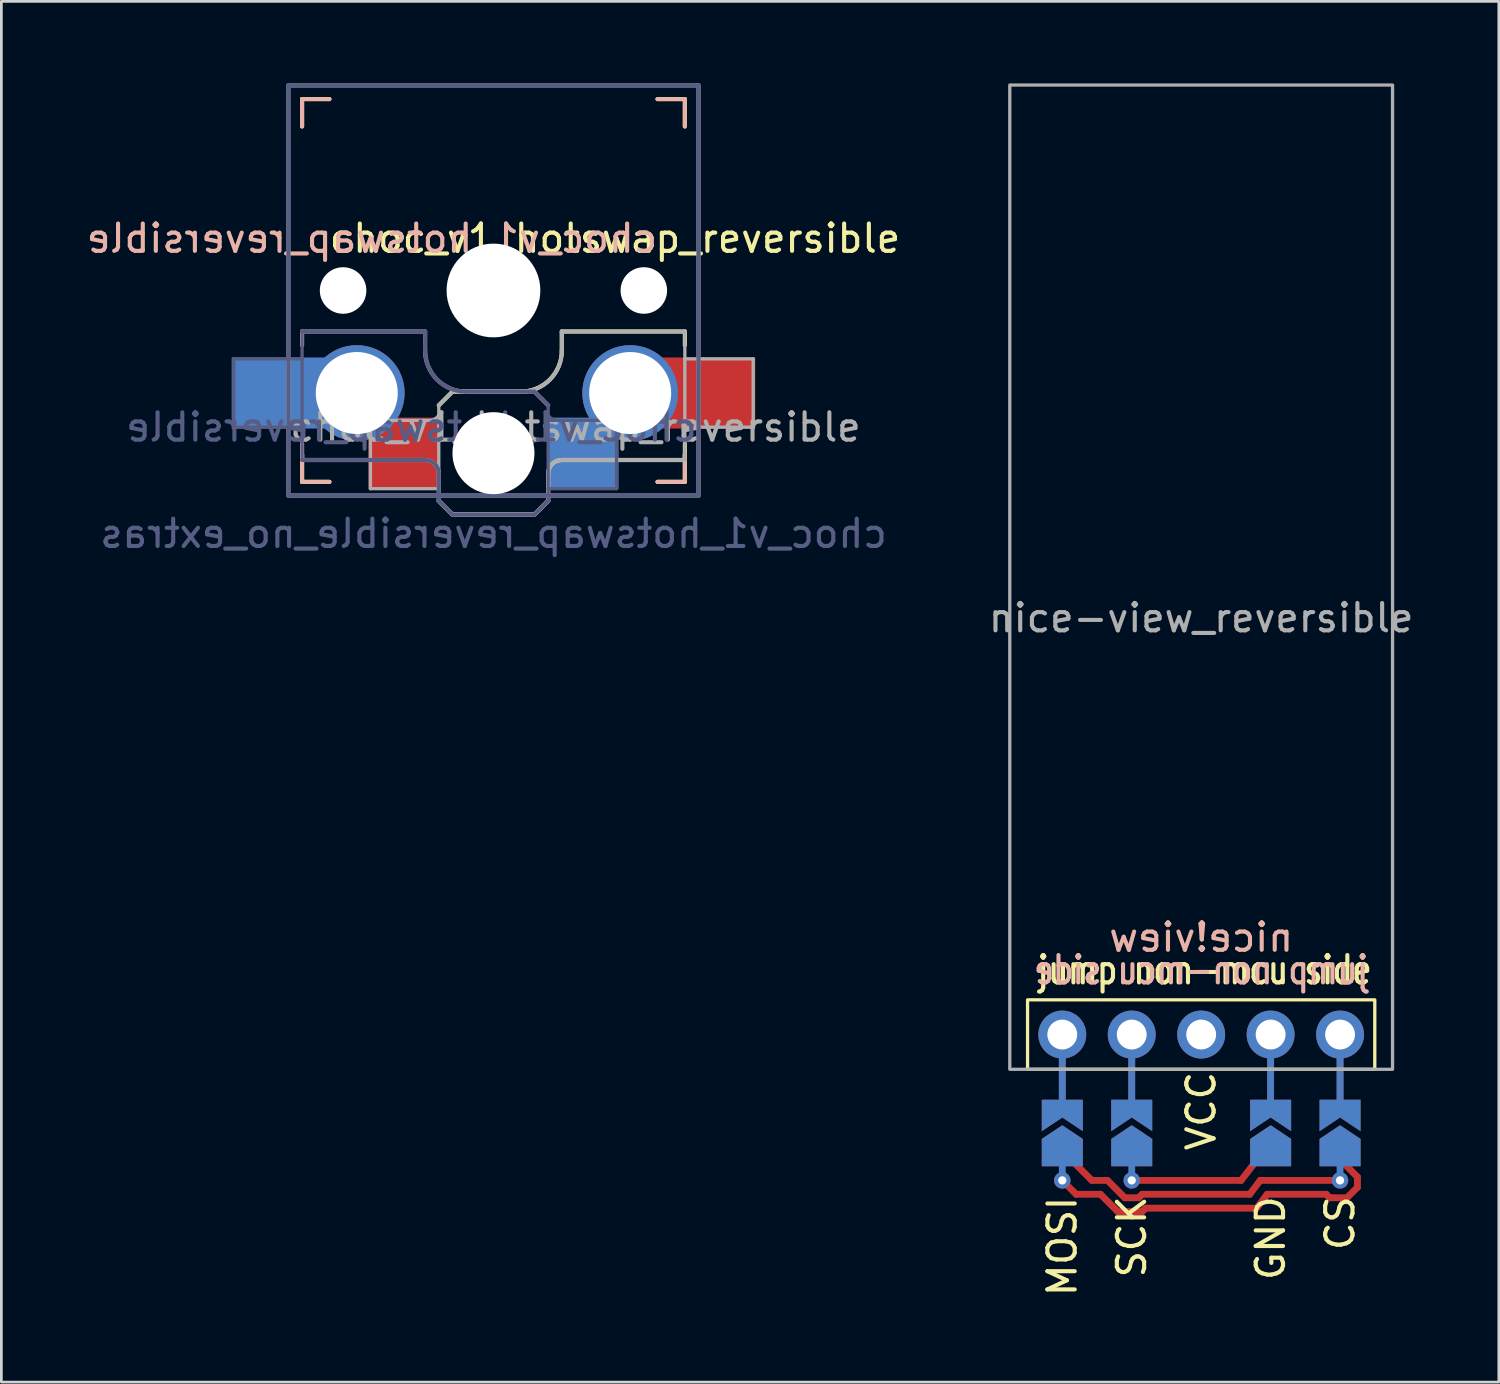
<source format=kicad_pcb>
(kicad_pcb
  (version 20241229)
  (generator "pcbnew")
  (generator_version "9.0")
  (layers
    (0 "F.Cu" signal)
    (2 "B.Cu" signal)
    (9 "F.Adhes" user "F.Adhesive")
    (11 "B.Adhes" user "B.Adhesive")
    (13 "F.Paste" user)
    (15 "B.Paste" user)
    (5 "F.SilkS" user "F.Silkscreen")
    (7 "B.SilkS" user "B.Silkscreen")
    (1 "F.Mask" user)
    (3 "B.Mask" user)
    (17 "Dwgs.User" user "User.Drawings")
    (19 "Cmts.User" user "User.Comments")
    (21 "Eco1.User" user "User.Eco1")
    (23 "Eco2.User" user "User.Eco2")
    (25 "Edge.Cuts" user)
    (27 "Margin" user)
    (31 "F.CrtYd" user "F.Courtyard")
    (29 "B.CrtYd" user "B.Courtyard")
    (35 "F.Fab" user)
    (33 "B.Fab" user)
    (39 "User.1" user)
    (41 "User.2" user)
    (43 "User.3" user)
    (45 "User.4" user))
  (footprint "choc_v1_hotswap_reversible"
    (layer "F.Cu")
    (at 14.999 7.575)
    (property "Reference" "choc_v1_hotswap_reversible" (at 4.445 -1.905 0) (layer "F.SilkS") (effects (font (size 1 1) (thickness 0.15))))
    (property "Value" "choc_v1_hotswap_reversible_no_extras" (at 0 8.89 0) (layer "F.Fab") (hide yes) (effects (font (size 1 1) (thickness 0.15))))
    (attr smd)
    (fp_line (start -7 -7) (end -6 -7) (stroke (width 0.15) (type solid)) (layer "F.SilkS"))
    (fp_line (start -7 -6) (end -7 -7) (stroke (width 0.15) (type solid)) (layer "F.SilkS"))
    (fp_line (start -7 7) (end -7 6) (stroke (width 0.15) (type solid)) (layer "F.SilkS"))
    (fp_line (start -6 7) (end -7 7) (stroke (width 0.15) (type solid)) (layer "F.SilkS"))
    (fp_line (start -2 4.2) (end -1.5 3.7) (stroke (width 0.15) (type solid)) (layer "F.SilkS"))
    (fp_line (start -2 7.7) (end -1.5 8.2) (stroke (width 0.15) (type solid)) (layer "F.SilkS"))
    (fp_line (start -1.5 3.7) (end 1 3.7) (stroke (width 0.15) (type solid)) (layer "F.SilkS"))
    (fp_line (start -1.5 8.2) (end 1.5 8.2) (stroke (width 0.15) (type solid)) (layer "F.SilkS"))
    (fp_line (start 1.5 8.2) (end 2 7.7) (stroke (width 0.15) (type solid)) (layer "F.SilkS"))
    (fp_line (start 2 6.7) (end 2 7.7) (stroke (width 0.15) (type solid)) (layer "F.SilkS"))
    (fp_line (start 2.5 1.5) (end 7 1.5) (stroke (width 0.15) (type solid)) (layer "F.SilkS"))
    (fp_line (start 2.5 2.2) (end 2.5 1.5) (stroke (width 0.15) (type solid)) (layer "F.SilkS"))
    (fp_line (start 6 -7) (end 7 -7) (stroke (width 0.15) (type solid)) (layer "F.SilkS"))
    (fp_line (start 7 -7) (end 7 -6) (stroke (width 0.15) (type solid)) (layer "F.SilkS"))
    (fp_line (start 7 1.5) (end 7 2) (stroke (width 0.15) (type solid)) (layer "F.SilkS"))
    (fp_line (start 7 5.6) (end 7 6.2) (stroke (width 0.15) (type solid)) (layer "F.SilkS"))
    (fp_line (start 7 6) (end 7 7) (stroke (width 0.15) (type solid)) (layer "F.SilkS"))
    (fp_line (start 7 6.2) (end 2.5 6.2) (stroke (width 0.15) (type solid)) (layer "F.SilkS"))
    (fp_line (start 7 7) (end 6 7) (stroke (width 0.15) (type solid)) (layer "F.SilkS"))
    (fp_arc (start 2 6.7) (mid 2.146447 6.346447) (end 2.5 6.2) (stroke (width 0.15) (type solid)) (layer "F.SilkS"))
    (fp_arc (start 2.5 2.2) (mid 2.06066 3.26066) (end 1 3.7) (stroke (width 0.15) (type solid)) (layer "F.SilkS"))
    (fp_line (start -7 -7) (end -6 -7) (stroke (width 0.15) (type solid)) (layer "B.SilkS"))
    (fp_line (start -7 -6) (end -7 -7) (stroke (width 0.15) (type solid)) (layer "B.SilkS"))
    (fp_line (start -7 1.5) (end -7 2) (stroke (width 0.15) (type solid)) (layer "B.SilkS"))
    (fp_line (start -7 5.6) (end -7 6.2) (stroke (width 0.15) (type solid)) (layer "B.SilkS"))
    (fp_line (start -7 6.2) (end -2.5 6.2) (stroke (width 0.15) (type solid)) (layer "B.SilkS"))
    (fp_line (start -7 7) (end -7 6) (stroke (width 0.15) (type solid)) (layer "B.SilkS"))
    (fp_line (start -6 7) (end -7 7) (stroke (width 0.15) (type solid)) (layer "B.SilkS"))
    (fp_line (start -2.5 1.5) (end -7 1.5) (stroke (width 0.15) (type solid)) (layer "B.SilkS"))
    (fp_line (start -2.5 2.2) (end -2.5 1.5) (stroke (width 0.15) (type solid)) (layer "B.SilkS"))
    (fp_line (start -2 6.7) (end -2 7.7) (stroke (width 0.15) (type solid)) (layer "B.SilkS"))
    (fp_line (start -1.5 8.2) (end -2 7.7) (stroke (width 0.15) (type solid)) (layer "B.SilkS"))
    (fp_line (start 1.5 3.7) (end -1 3.7) (stroke (width 0.15) (type solid)) (layer "B.SilkS"))
    (fp_line (start 1.5 8.2) (end -1.5 8.2) (stroke (width 0.15) (type solid)) (layer "B.SilkS"))
    (fp_line (start 2 4.2) (end 1.5 3.7) (stroke (width 0.15) (type solid)) (layer "B.SilkS"))
    (fp_line (start 2 7.7) (end 1.5 8.2) (stroke (width 0.15) (type solid)) (layer "B.SilkS"))
    (fp_line (start 6 -7) (end 7 -7) (stroke (width 0.15) (type solid)) (layer "B.SilkS"))
    (fp_line (start 7 -7) (end 7 -6) (stroke (width 0.15) (type solid)) (layer "B.SilkS"))
    (fp_line (start 7 6) (end 7 7) (stroke (width 0.15) (type solid)) (layer "B.SilkS"))
    (fp_line (start 7 7) (end 6 7) (stroke (width 0.15) (type solid)) (layer "B.SilkS"))
    (fp_arc (start -2.5 6.2) (mid -2.146447 6.346447) (end -2 6.7) (stroke (width 0.15) (type solid)) (layer "B.SilkS"))
    (fp_arc (start -1 3.7) (mid -2.06066 3.26066) (end -2.5 2.2) (stroke (width 0.15) (type solid)) (layer "B.SilkS"))
    (fp_line (start -6.9 6.9) (end -6.9 -6.9) (stroke (width 0.15) (type solid)) (layer "Eco2.User"))
    (fp_line (start -6.9 6.9) (end 6.9 6.9) (stroke (width 0.15) (type solid)) (layer "Eco2.User"))
    (fp_line (start 6.9 -6.9) (end -6.9 -6.9) (stroke (width 0.15) (type solid)) (layer "Eco2.User"))
    (fp_line (start 6.9 -6.9) (end 6.9 6.9) (stroke (width 0.15) (type solid)) (layer "Eco2.User"))
    (fp_line (start -9.5 2.5) (end -7 2.5) (stroke (width 0.12) (type solid)) (layer "B.Fab"))
    (fp_line (start -9.5 5) (end -9.5 2.5) (stroke (width 0.12) (type solid)) (layer "B.Fab"))
    (fp_line (start -7.5 -7.5) (end 7.5 -7.5) (stroke (width 0.15) (type solid)) (layer "B.Fab"))
    (fp_line (start -7.5 7.5) (end -7.5 -7.5) (stroke (width 0.15) (type solid)) (layer "B.Fab"))
    (fp_line (start -7 1.5) (end -7 6.2) (stroke (width 0.12) (type solid)) (layer "B.Fab"))
    (fp_line (start -7 5) (end -9.5 5) (stroke (width 0.12) (type solid)) (layer "B.Fab"))
    (fp_line (start -7 6.2) (end -2.5 6.2) (stroke (width 0.15) (type solid)) (layer "B.Fab"))
    (fp_line (start -2.5 1.5) (end -7 1.5) (stroke (width 0.15) (type solid)) (layer "B.Fab"))
    (fp_line (start -2.5 2.2) (end -2.5 1.5) (stroke (width 0.15) (type solid)) (layer "B.Fab"))
    (fp_line (start -2 6.7) (end -2 7.7) (stroke (width 0.15) (type solid)) (layer "B.Fab"))
    (fp_line (start -1.5 8.2) (end -2 7.7) (stroke (width 0.15) (type solid)) (layer "B.Fab"))
    (fp_line (start 1.5 3.7) (end -1 3.7) (stroke (width 0.15) (type solid)) (layer "B.Fab"))
    (fp_line (start 1.5 8.2) (end -1.5 8.2) (stroke (width 0.15) (type solid)) (layer "B.Fab"))
    (fp_line (start 2 4.2) (end 1.5 3.7) (stroke (width 0.15) (type solid)) (layer "B.Fab"))
    (fp_line (start 2 4.25) (end 2 7.7) (stroke (width 0.12) (type solid)) (layer "B.Fab"))
    (fp_line (start 2 4.75) (end 4.5 4.75) (stroke (width 0.12) (type solid)) (layer "B.Fab"))
    (fp_line (start 2 7.7) (end 1.5 8.2) (stroke (width 0.15) (type solid)) (layer "B.Fab"))
    (fp_line (start 4.5 4.75) (end 4.5 7.25) (stroke (width 0.12) (type solid)) (layer "B.Fab"))
    (fp_line (start 4.5 7.25) (end 2 7.25) (stroke (width 0.12) (type solid)) (layer "B.Fab"))
    (fp_line (start 7.5 -7.5) (end 7.5 7.5) (stroke (width 0.15) (type solid)) (layer "B.Fab"))
    (fp_line (start 7.5 7.5) (end -7.5 7.5) (stroke (width 0.15) (type solid)) (layer "B.Fab"))
    (fp_arc (start -2.5 6.2) (mid -2.146447 6.346447) (end -2 6.7) (stroke (width 0.15) (type solid)) (layer "B.Fab"))
    (fp_arc (start -1 3.7) (mid -2.06066 3.26066) (end -2.5 2.2) (stroke (width 0.15) (type solid)) (layer "B.Fab"))
    (fp_line (start -7.5 -7.5) (end 7.5 -7.5) (stroke (width 0.15) (type solid)) (layer "F.Fab"))
    (fp_line (start -7.5 7.5) (end -7.5 -7.5) (stroke (width 0.15) (type solid)) (layer "F.Fab"))
    (fp_line (start -4.5 4.75) (end -4.5 7.25) (stroke (width 0.12) (type solid)) (layer "F.Fab"))
    (fp_line (start -4.5 7.25) (end -2 7.25) (stroke (width 0.12) (type solid)) (layer "F.Fab"))
    (fp_line (start -2 4.2) (end -1.5 3.7) (stroke (width 0.15) (type solid)) (layer "F.Fab"))
    (fp_line (start -2 4.25) (end -2 7.7) (stroke (width 0.12) (type solid)) (layer "F.Fab"))
    (fp_line (start -2 4.75) (end -4.5 4.75) (stroke (width 0.12) (type solid)) (layer "F.Fab"))
    (fp_line (start -2 7.7) (end -1.5 8.2) (stroke (width 0.15) (type solid)) (layer "F.Fab"))
    (fp_line (start -1.5 3.7) (end 1 3.7) (stroke (width 0.15) (type solid)) (layer "F.Fab"))
    (fp_line (start -1.5 8.2) (end 1.5 8.2) (stroke (width 0.15) (type solid)) (layer "F.Fab"))
    (fp_line (start 1.5 8.2) (end 2 7.7) (stroke (width 0.15) (type solid)) (layer "F.Fab"))
    (fp_line (start 2 6.7) (end 2 7.7) (stroke (width 0.15) (type solid)) (layer "F.Fab"))
    (fp_line (start 2.5 1.5) (end 7 1.5) (stroke (width 0.15) (type solid)) (layer "F.Fab"))
    (fp_line (start 2.5 2.2) (end 2.5 1.5) (stroke (width 0.15) (type solid)) (layer "F.Fab"))
    (fp_line (start 7 1.5) (end 7 6.2) (stroke (width 0.12) (type solid)) (layer "F.Fab"))
    (fp_line (start 7 5) (end 9.5 5) (stroke (width 0.12) (type solid)) (layer "F.Fab"))
    (fp_line (start 7 6.2) (end 2.5 6.2) (stroke (width 0.15) (type solid)) (layer "F.Fab"))
    (fp_line (start 7.5 -7.5) (end 7.5 7.5) (stroke (width 0.15) (type solid)) (layer "F.Fab"))
    (fp_line (start 7.5 7.5) (end -7.5 7.5) (stroke (width 0.15) (type solid)) (layer "F.Fab"))
    (fp_line (start 9.5 2.5) (end 7 2.5) (stroke (width 0.12) (type solid)) (layer "F.Fab"))
    (fp_line (start 9.5 5) (end 9.5 2.5) (stroke (width 0.12) (type solid)) (layer "F.Fab"))
    (fp_arc (start 2 6.7) (mid 2.146447 6.346447) (end 2.5 6.2) (stroke (width 0.15) (type solid)) (layer "F.Fab"))
    (fp_arc (start 2.5 2.2) (mid 2.06066 3.26066) (end 1 3.7) (stroke (width 0.15) (type solid)) (layer "F.Fab"))
    (fp_text user "${REFERENCE}" (at -4.445 -1.905 0) (layer "B.SilkS") (effects (font (size 1 1) (thickness 0.15)) (justify mirror)))
    (fp_text user "${VALUE}" (at 0 8.89 0) (layer "B.Fab") (effects (font (size 1 1) (thickness 0.15)) (justify mirror)))
    (fp_text user "${REFERENCE}" (at -3 5 0) (layer "B.Fab") (effects (font (size 1 1) (thickness 0.15)) (justify mirror)))
    (fp_text user "${REFERENCE}" (at 3 5 180) (layer "F.Fab") (effects (font (size 1 1) (thickness 0.15))))
    (pad "" np_thru_hole circle (at -5.5 0) (size 1.702 1.702) (drill 1.702) (layers "*.Cu" "*.Mask"))
    (pad "" np_thru_hole circle (at 0 0) (size 3.429 3.429) (drill 3.429) (layers "*.Cu" "*.Mask"))
    (pad "" np_thru_hole circle (at 0 5.95) (size 3 3) (drill 3) (layers "*.Cu" "*.Mask"))
    (pad "" np_thru_hole circle (at 5.5 0) (size 1.702 1.702) (drill 1.702) (layers "*.Cu" "*.Mask"))
    (pad "1" smd rect (at -7.455 3.75) (size 4.241 2.6) (layers "B.Cu" "B.Mask" "B.Paste"))
    (pad "1" thru_hole circle (at -5 3.75 90) (size 3.5 3.5) (drill 3) (layers "*.Cu" "*.Mask"))
    (pad "1" smd rect (at -3.275 5.95) (size 2.6 2.6) (layers "F.Cu" "F.Mask" "F.Paste"))
    (pad "2" smd rect (at 3.275 5.95) (size 2.6 2.6) (layers "B.Cu" "B.Mask" "B.Paste"))
    (pad "2" thru_hole circle (at 5 3.75) (size 3.5 3.5) (drill 3) (layers "*.Cu" "*.Mask"))
    (pad "2" smd rect (at 7.455 3.75) (size 4.241 2.6) (layers "F.Cu" "F.Mask" "F.Paste")))
  (footprint "nice-view_reversible"
    (layer "F.Cu")
    (at 40.884 18.28)
    (property "Reference" "nice-view_reversible" (at 0 1.27 0) (unlocked yes) (layer "F.Fab") (effects (font (size 1 1) (thickness 0.15))))
    (attr through_hole)
    (fp_line (start -5.08 16.51) (end -5.08 19.394) (stroke (width 0.25) (type default)) (layer "F.Cu"))
    (fp_line (start -5.08 21.844) (end -4.572 22.352) (stroke (width 0.25) (type default)) (layer "F.Cu"))
    (fp_line (start -4.572 22.352) (end -3.683 22.352) (stroke (width 0.25) (type default)) (layer "F.Cu"))
    (fp_line (start -4 21.844) (end -4.889 20.955) (stroke (width 0.25) (type default)) (layer "F.Cu"))
    (fp_line (start -3.683 22.352) (end -3.048 22.987) (stroke (width 0.25) (type default)) (layer "F.Cu"))
    (fp_line (start -3.429 21.844) (end -4 21.844) (stroke (width 0.25) (type default)) (layer "F.Cu"))
    (fp_line (start -3.048 22.987) (end -2.159 22.987) (stroke (width 0.25) (type default)) (layer "F.Cu"))
    (fp_line (start -2.794 22.479) (end -3.429 21.844) (stroke (width 0.25) (type default)) (layer "F.Cu"))
    (fp_line (start -2.54 16.51) (end -2.54 19.394) (stroke (width 0.25) (type default)) (layer "F.Cu"))
    (fp_line (start -2.54 21.844) (end 1.46 21.844) (stroke (width 0.25) (type default)) (layer "F.Cu"))
    (fp_line (start -2.286 22.479) (end -2.794 22.479) (stroke (width 0.25) (type default)) (layer "F.Cu"))
    (fp_line (start -2.159 22.352) (end -2.286 22.479) (stroke (width 0.25) (type default)) (layer "F.Cu"))
    (fp_line (start -2.159 22.352) (end 1.778 22.352) (stroke (width 0.25) (type default)) (layer "F.Cu"))
    (fp_line (start -2.159 22.987) (end -2.032 22.86) (stroke (width 0.25) (type default)) (layer "F.Cu"))
    (fp_line (start -2.032 22.86) (end 1.905 22.86) (stroke (width 0.25) (type default)) (layer "F.Cu"))
    (fp_line (start 1.46 21.844) (end 2.349 20.701) (stroke (width 0.25) (type default)) (layer "F.Cu"))
    (fp_line (start 2.032 22.86) (end 2.413 22.352) (stroke (width 0.25) (type default)) (layer "F.Cu"))
    (fp_line (start 2.159 21.844) (end 1.778 22.352) (stroke (width 0.25) (type default)) (layer "F.Cu"))
    (fp_line (start 2.413 22.352) (end 4.572 22.352) (stroke (width 0.25) (type default)) (layer "F.Cu"))
    (fp_line (start 2.54 19.394) (end 2.54 16.51) (stroke (width 0.25) (type default)) (layer "F.Cu"))
    (fp_line (start 4.572 22.352) (end 4.699 22.479) (stroke (width 0.25) (type default)) (layer "F.Cu"))
    (fp_line (start 4.699 22.479) (end 5.334 22.479) (stroke (width 0.25) (type default)) (layer "F.Cu"))
    (fp_line (start 5.08 19.394) (end 5.08 16.51) (stroke (width 0.25) (type default)) (layer "F.Cu"))
    (fp_line (start 5.08 21.844) (end 2.159 21.844) (stroke (width 0.25) (type default)) (layer "F.Cu"))
    (fp_line (start 5.334 22.479) (end 5.715 22.098) (stroke (width 0.25) (type default)) (layer "F.Cu"))
    (fp_line (start 5.715 21.717) (end 5.08 21.082) (stroke (width 0.25) (type default)) (layer "F.Cu"))
    (fp_line (start 5.715 22.098) (end 5.715 21.717) (stroke (width 0.25) (type default)) (layer "F.Cu"))
    (fp_line (start -5.08 16.51) (end -5.08 19.394) (stroke (width 0.25) (type default)) (layer "B.Cu"))
    (fp_line (start -5.08 21.844) (end -5.08 20.701) (stroke (width 0.25) (type default)) (layer "B.Cu"))
    (fp_line (start -2.54 16.51) (end -2.54 19.394) (stroke (width 0.25) (type default)) (layer "B.Cu"))
    (fp_line (start -2.54 21.844) (end -2.54 20.701) (stroke (width 0.25) (type default)) (layer "B.Cu"))
    (fp_line (start 2.54 16.51) (end 2.54 19.394) (stroke (width 0.25) (type default)) (layer "B.Cu"))
    (fp_line (start 5.08 16.51) (end 5.08 19.394) (stroke (width 0.25) (type default)) (layer "B.Cu"))
    (fp_line (start 5.08 21.844) (end 5.08 20.701) (stroke (width 0.25) (type default)) (layer "B.Cu"))
    (fp_rect (start -6.35 15.24) (end 6.35 17.78) (stroke (width 0.12) (type solid)) (fill no) (layer "F.SilkS"))
    (fp_rect (start 7 17.78) (end -7 -18.22) (stroke (width 0.12) (type solid)) (fill no) (layer "F.Fab"))
    (fp_text user "CS" (at 5.08 22.335 90) (unlocked yes) (layer "F.SilkS") (effects (font (size 1 1) (thickness 0.15)) (justify right)))
    (fp_text user "MOSI" (at -5.08 22.352 90) (unlocked yes) (layer "F.SilkS") (effects (font (size 1 1) (thickness 0.15)) (justify right)))
    (fp_text user "VCC" (at 0 17.78 90) (unlocked yes) (layer "F.SilkS") (effects (font (size 1 1) (thickness 0.15)) (justify right)))
    (fp_text user "GND" (at 2.54 22.335 90) (unlocked yes) (layer "F.SilkS") (effects (font (size 1 1) (thickness 0.15)) (justify right)))
    (fp_text user "SCK" (at -2.54 22.335 90) (unlocked yes) (layer "F.SilkS") (effects (font (size 1 1) (thickness 0.15)) (justify right)))
    (fp_text user "jump non-mcu side" (at 0.127 14.732 0) (unlocked yes) (layer "F.SilkS") (effects (font (size 1 0.8) (thickness 0.15)) (justify bottom)))
    (fp_text user "jump non-mcu side" (at 0 14.732 0) (unlocked yes) (layer "B.SilkS") (effects (font (size 1 0.8) (thickness 0.15)) (justify bottom mirror)))
    (fp_text user "nice!view" (at 0 12.954 0) (layer "B.SilkS") (effects (font (size 1 1) (thickness 0.15)) (justify mirror)))
    (pad "" thru_hole circle (at -5.08 16.51) (size 1.753 1.753) (drill 1.092) (layers "*.Cu" "*.Mask"))
    (pad "" smd custom (at -5.08 19.394 270) (size 0.3 0.3) (layers "F.Cu" "F.Mask") (options (anchor rect)) (primitives (gr_poly (pts (xy -0.5 -0.75) (xy 0.65 -0.75) (xy 0.15 0) (xy 0.65 0.75) (xy -0.5 0.75)) (width 0) (fill yes))))
    (pad "" smd custom (at -5.08 19.394 90) (size 0.3 0.3) (layers "B.Cu" "B.Mask") (options (anchor rect)) (primitives (gr_poly (pts (xy 0.5 -0.75) (xy -0.65 -0.75) (xy -0.15 0) (xy -0.65 0.75) (xy 0.5 0.75)) (width 0) (fill yes))))
    (pad "" thru_hole circle (at -2.54 16.51) (size 1.753 1.753) (drill 1.092) (layers "*.Cu" "*.Mask"))
    (pad "" smd custom (at -2.54 19.394 270) (size 0.3 0.3) (layers "F.Cu" "F.Mask") (options (anchor rect)) (primitives (gr_poly (pts (xy -0.5 -0.75) (xy 0.65 -0.75) (xy 0.15 0) (xy 0.65 0.75) (xy -0.5 0.75)) (width 0) (fill yes))))
    (pad "" smd custom (at -2.54 19.394 90) (size 0.3 0.3) (layers "B.Cu" "B.Mask") (options (anchor rect)) (primitives (gr_poly (pts (xy 0.5 -0.75) (xy -0.65 -0.75) (xy -0.15 0) (xy -0.65 0.75) (xy 0.5 0.75)) (width 0) (fill yes))))
    (pad "" thru_hole circle (at 2.54 16.51) (size 1.753 1.753) (drill 1.092) (layers "*.Cu" "*.Mask"))
    (pad "" smd custom (at 2.54 19.394 270) (size 0.3 0.3) (layers "F.Cu" "F.Mask") (options (anchor rect)) (primitives (gr_poly (pts (xy -0.5 -0.75) (xy 0.65 -0.75) (xy 0.15 0) (xy 0.65 0.75) (xy -0.5 0.75)) (width 0) (fill yes))))
    (pad "" smd custom (at 2.54 19.394 90) (size 0.3 0.3) (layers "B.Cu" "B.Mask") (options (anchor rect)) (primitives (gr_poly (pts (xy 0.5 -0.75) (xy -0.65 -0.75) (xy -0.15 0) (xy -0.65 0.75) (xy 0.5 0.75)) (width 0) (fill yes))))
    (pad "" thru_hole circle (at 5.08 16.51) (size 1.753 1.753) (drill 1.092) (layers "*.Cu" "*.Mask"))
    (pad "" smd custom (at 5.08 19.394 270) (size 0.3 0.3) (layers "F.Cu" "F.Mask") (options (anchor rect)) (primitives (gr_poly (pts (xy -0.5 -0.75) (xy 0.65 -0.75) (xy 0.15 0) (xy 0.65 0.75) (xy -0.5 0.75)) (width 0) (fill yes))))
    (pad "" smd custom (at 5.08 19.394 90) (size 0.3 0.3) (layers "B.Cu" "B.Mask") (options (anchor rect)) (primitives (gr_poly (pts (xy 0.5 -0.75) (xy -0.65 -0.75) (xy -0.15 0) (xy -0.65 0.75) (xy 0.5 0.75)) (width 0) (fill yes))))
    (pad "1" smd custom (at -5.08 20.828 270) (size 0.3 0.3) (layers "F.Cu" "F.Mask") (options (anchor rect)) (primitives (gr_poly (pts (xy -1 0) (xy -0.5 -0.75) (xy 0.5 -0.75) (xy 0.5 0.75) (xy -0.5 0.75)) (width 0) (fill yes))))
    (pad "1" smd custom (at 5.08 20.828 90) (size 0.3 0.3) (layers "B.Cu" "B.Mask") (options (anchor rect)) (primitives (gr_poly (pts (xy 1 0) (xy 0.5 -0.75) (xy -0.5 -0.75) (xy -0.5 0.75) (xy 0.5 0.75)) (width 0) (fill yes))))
    (pad "1" thru_hole circle (at 5.08 21.844 180) (size 0.6 0.6) (drill 0.3) (layers "*.Cu"))
    (pad "2" smd custom (at -2.54 20.828 270) (size 0.3 0.3) (layers "F.Cu" "F.Mask") (options (anchor rect)) (primitives (gr_poly (pts (xy -1 0) (xy -0.5 -0.75) (xy 0.5 -0.75) (xy 0.5 0.75) (xy -0.5 0.75)) (width 0) (fill yes))))
    (pad "2" smd custom (at 2.54 20.828 90) (size 0.3 0.3) (layers "B.Cu" "B.Mask") (options (anchor rect)) (primitives (gr_poly (pts (xy 1 0) (xy 0.5 -0.75) (xy -0.5 -0.75) (xy -0.5 0.75) (xy 0.5 0.75)) (width 0) (fill yes))))
    (pad "3" thru_hole circle (at 0 16.51) (size 1.753 1.753) (drill 1.092) (layers "*.Cu" "*.Mask"))
    (pad "4" smd custom (at -2.54 20.828 90) (size 0.3 0.3) (layers "B.Cu" "B.Mask") (options (anchor rect)) (primitives (gr_poly (pts (xy 1 0) (xy 0.5 -0.75) (xy -0.5 -0.75) (xy -0.5 0.75) (xy 0.5 0.75)) (width 0) (fill yes))))
    (pad "4" thru_hole circle (at -2.54 21.844 180) (size 0.6 0.6) (drill 0.3) (layers "*.Cu"))
    (pad "4" smd custom (at 2.54 20.828 270) (size 0.3 0.3) (layers "F.Cu" "F.Mask") (options (anchor rect)) (primitives (gr_poly (pts (xy -1 0) (xy -0.5 -0.75) (xy 0.5 -0.75) (xy 0.5 0.75) (xy -0.5 0.75)) (width 0) (fill yes))))
    (pad "5" smd custom (at -5.08 20.828 90) (size 0.3 0.3) (layers "B.Cu" "B.Mask") (options (anchor rect)) (primitives (gr_poly (pts (xy 1 0) (xy 0.5 -0.75) (xy -0.5 -0.75) (xy -0.5 0.75) (xy 0.5 0.75)) (width 0) (fill yes))))
    (pad "5" thru_hole circle (at -5.08 21.844 180) (size 0.6 0.6) (drill 0.3) (layers "*.Cu"))
    (pad "5" smd custom (at 5.08 20.828 270) (size 0.3 0.3) (layers "F.Cu" "F.Mask") (options (anchor rect)) (primitives (gr_poly (pts (xy -1 0) (xy -0.5 -0.75) (xy 0.5 -0.75) (xy 0.5 0.75) (xy -0.5 0.75)) (width 0) (fill yes)))))
  (gr_rect
    (start -3 -3)
    (end 51.771 47.501)
    (stroke (width 0.1) (type default))
    (fill no)
    (layer "Edge.Cuts")))
</source>
